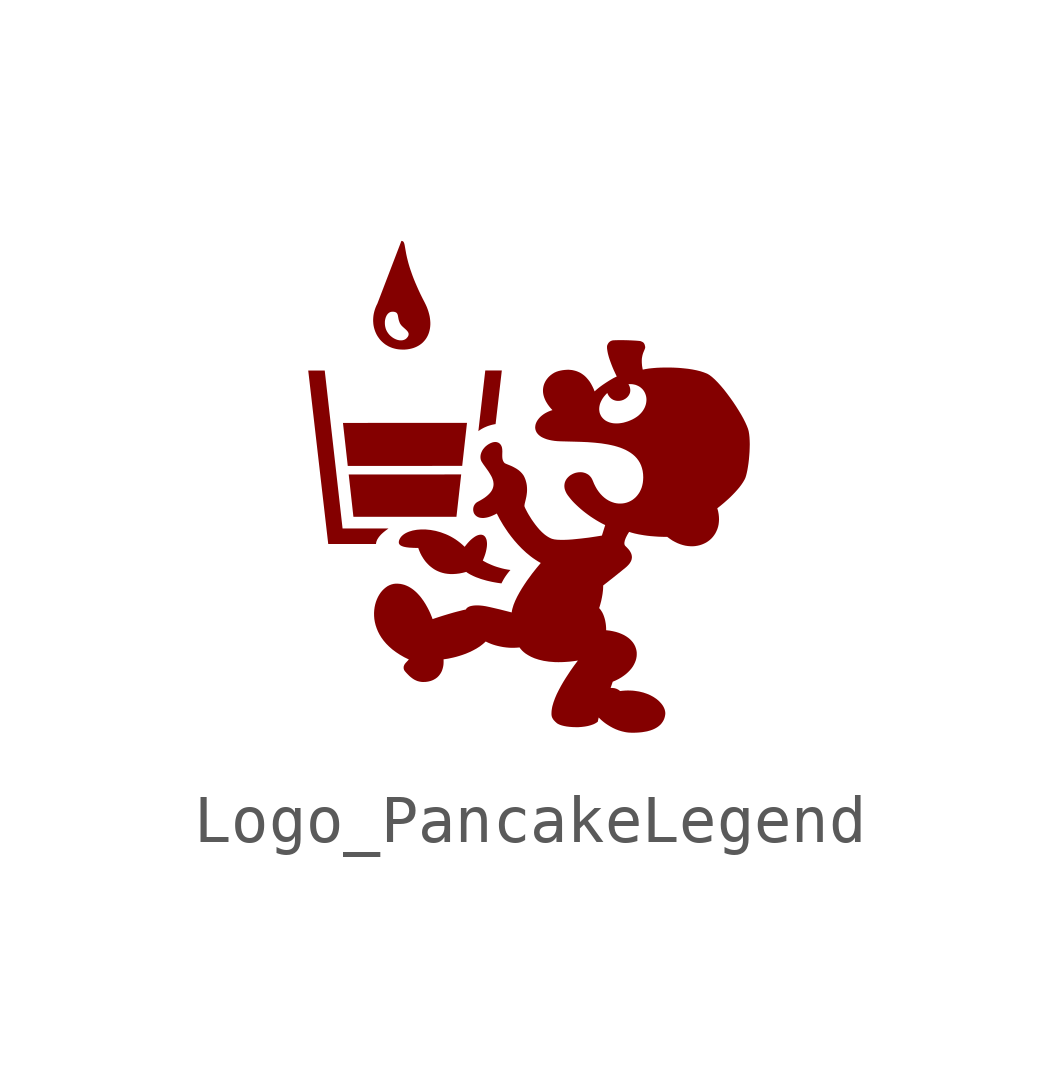
<source format=kicad_sym>
(kicad_symbol_lib
  (version 20241209)
  (generator "kicad_symbol_editor")
  (generator_version "9.0")
  (symbol "Logo_PancakeLegend"
    (property "Reference" "G"
      (at 0 -7.62 0)
      (effects (font (size 1.27 1.27)) (hide yes)))
    (property "Value" ""
      (at 0 0 0)
      (effects (font (size 1.27 1.27))))
    (symbol "Logo_PancakeLegend_1_0"
      (polyline (pts (xy -4.358 2.525) (xy -3.986 -0.768) (xy -3.029 -0.768) (xy -3.054 -0.786) (xy -3.079 -0.804) (xy -3.103 -0.823) (xy -3.127 -0.842) (xy -3.149 -0.861) (xy -3.17 -0.88) (xy -3.19 -0.9) (xy -3.208 -0.921) (xy -3.225 -0.941) (xy -3.24 -0.962) (xy -3.253 -0.983) (xy -3.26 -0.993) (xy -3.265 -1.004) (xy -3.27 -1.014) (xy -3.274 -1.025) (xy -3.278 -1.036) (xy -3.282 -1.047) (xy -3.284 -1.058) (xy -3.287 -1.069) (xy -3.288 -1.079) (xy -3.289 -1.091) (xy -4.285 -1.091) (xy -4.702 2.525) (xy -4.358 2.525) (xy -4.358 2.525)) (stroke (width -0.0001) (type solid)) (fill (type outline)))
      (polyline (pts (xy -2.748 5.226) (xy -2.737 5.223) (xy -2.733 5.221) (xy -2.728 5.218) (xy -2.72 5.212) (xy -2.714 5.204) (xy -2.708 5.194) (xy -2.703 5.181) (xy -2.698 5.166) (xy -2.694 5.149) (xy -2.69 5.13) (xy -2.682 5.084) (xy -2.672 5.027) (xy -2.66 4.959) (xy -2.652 4.921) (xy -2.643 4.88) (xy -2.632 4.836) (xy -2.62 4.788) (xy -2.606 4.738) (xy -2.59 4.684) (xy -2.571 4.626) (xy -2.55 4.566) (xy -2.527 4.501) (xy -2.501 4.433) (xy -2.472 4.362) (xy -2.439 4.286) (xy -2.404 4.207) (xy -2.365 4.123) (xy -2.322 4.036) (xy -2.275 3.945) (xy -2.251 3.896) (xy -2.229 3.847) (xy -2.211 3.799) (xy -2.195 3.751) (xy -2.182 3.704) (xy -2.171 3.658) (xy -2.164 3.613) (xy -2.159 3.568) (xy -2.156 3.525) (xy -2.156 3.483) (xy -2.159 3.442) (xy -2.164 3.402) (xy -2.172 3.363) (xy -2.182 3.325) (xy -2.194 3.29) (xy -2.209 3.255) (xy -2.226 3.222) (xy -2.245 3.191) (xy -2.267 3.161) (xy -2.291 3.133) (xy -2.316 3.107) (xy -2.344 3.083) (xy -2.374 3.061) (xy -2.406 3.041) (xy -2.44 3.023) (xy -2.476 3.007) (xy -2.514 2.993) (xy -2.554 2.982) (xy -2.595 2.973) (xy -2.639 2.966) (xy -2.684 2.962) (xy -2.731 2.961) (xy -2.777 2.963) (xy -2.823 2.967) (xy -2.867 2.974) (xy -2.909 2.984) (xy -2.95 2.996) (xy -2.988 3.011) (xy -3.026 3.028) (xy -3.061 3.048) (xy -3.095 3.069) (xy -3.126 3.093) (xy -3.156 3.119) (xy -3.184 3.146) (xy -3.21 3.175) (xy -3.233 3.206) (xy -3.255 3.238) (xy -3.275 3.272) (xy -3.292 3.307) (xy -3.307 3.343) (xy -3.32 3.381) (xy -3.331 3.419) (xy -3.339 3.458) (xy -3.345 3.498) (xy -3.346 3.52) (xy -3.104 3.52) (xy -3.104 3.502) (xy -3.103 3.485) (xy -3.101 3.467) (xy -3.099 3.45) (xy -3.095 3.433) (xy -3.091 3.415) (xy -3.086 3.398) (xy -3.08 3.381) (xy -3.073 3.365) (xy -3.065 3.349) (xy -3.057 3.334) (xy -3.047 3.319) (xy -3.037 3.304) (xy -3.027 3.291) (xy -3.016 3.277) (xy -3.004 3.264) (xy -2.992 3.252) (xy -2.979 3.241) (xy -2.966 3.23) (xy -2.953 3.22) (xy -2.939 3.21) (xy -2.925 3.201) (xy -2.911 3.193) (xy -2.897 3.186) (xy -2.882 3.179) (xy -2.868 3.173) (xy -2.853 3.168) (xy -2.839 3.163) (xy -2.824 3.16) (xy -2.81 3.157) (xy -2.795 3.155) (xy -2.781 3.154) (xy -2.767 3.154) (xy -2.753 3.154) (xy -2.74 3.156) (xy -2.727 3.158) (xy -2.714 3.162) (xy -2.702 3.166) (xy -2.69 3.171) (xy -2.678 3.178) (xy -2.667 3.185) (xy -2.657 3.193) (xy -2.648 3.203) (xy -2.637 3.215) (xy -2.628 3.227) (xy -2.621 3.238) (xy -2.616 3.249) (xy -2.612 3.26) (xy -2.61 3.271) (xy -2.609 3.281) (xy -2.609 3.291) (xy -2.611 3.3) (xy -2.614 3.309) (xy -2.618 3.319) (xy -2.622 3.328) (xy -2.628 3.336) (xy -2.635 3.345) (xy -2.642 3.354) (xy -2.65 3.362) (xy -2.667 3.379) (xy -2.686 3.396) (xy -2.724 3.43) (xy -2.743 3.448) (xy -2.752 3.457) (xy -2.76 3.466) (xy -2.768 3.476) (xy -2.775 3.486) (xy -2.782 3.496) (xy -2.788 3.506) (xy -2.794 3.519) (xy -2.799 3.532) (xy -2.808 3.556) (xy -2.815 3.579) (xy -2.82 3.602) (xy -2.828 3.643) (xy -2.831 3.662) (xy -2.835 3.68) (xy -2.84 3.695) (xy -2.843 3.703) (xy -2.847 3.709) (xy -2.851 3.716) (xy -2.855 3.722) (xy -2.861 3.727) (xy -2.866 3.732) (xy -2.873 3.736) (xy -2.88 3.74) (xy -2.889 3.743) (xy -2.898 3.746) (xy -2.908 3.748) (xy -2.92 3.75) (xy -2.932 3.751) (xy -2.946 3.751) (xy -2.96 3.75) (xy -2.973 3.748) (xy -2.986 3.745) (xy -2.998 3.74) (xy -3.01 3.734) (xy -3.021 3.726) (xy -3.031 3.718) (xy -3.041 3.709) (xy -3.05 3.698) (xy -3.058 3.687) (xy -3.066 3.675) (xy -3.073 3.662) (xy -3.079 3.648) (xy -3.085 3.634) (xy -3.09 3.619) (xy -3.094 3.603) (xy -3.098 3.587) (xy -3.101 3.571) (xy -3.103 3.554) (xy -3.104 3.537) (xy -3.104 3.52) (xy -3.346 3.52) (xy -3.348 3.539) (xy -3.349 3.581) (xy -3.347 3.623) (xy -3.343 3.665) (xy -3.336 3.708) (xy -3.326 3.751) (xy -3.314 3.793) (xy -3.299 3.836) (xy -3.281 3.879) (xy -3.26 3.921) (xy -2.76 5.226) (xy -2.748 5.226)) (stroke (width -0.0001) (type solid)) (fill (type outline)))
      (polyline (pts (xy -2.25 -0.789) (xy -2.15 -0.799) (xy -2.046 -0.818) (xy -1.941 -0.847) (xy -1.836 -0.886) (xy -1.784 -0.909) (xy -1.732 -0.935) (xy -1.681 -0.964) (xy -1.631 -0.995) (xy -1.582 -1.03) (xy -1.534 -1.067) (xy -1.487 -1.107) (xy -1.441 -1.15) (xy -1.409 -1.109) (xy -1.377 -1.071) (xy -1.346 -1.037) (xy -1.316 -1.007) (xy -1.286 -0.981) (xy -1.257 -0.959) (xy -1.23 -0.94) (xy -1.203 -0.924) (xy -1.177 -0.912) (xy -1.153 -0.904) (xy -1.129 -0.899) (xy -1.107 -0.897) (xy -1.087 -0.898) (xy -1.068 -0.903) (xy -1.05 -0.91) (xy -1.035 -0.921) (xy -1.02 -0.934) (xy -1.008 -0.951) (xy -0.998 -0.97) (xy -0.989 -0.991) (xy -0.982 -1.016) (xy -0.978 -1.043) (xy -0.975 -1.072) (xy -0.975 -1.104) (xy -0.977 -1.138) (xy -0.982 -1.175) (xy -0.989 -1.213) (xy -0.998 -1.254) (xy -1.01 -1.297) (xy -1.025 -1.342) (xy -1.043 -1.389) (xy -1.063 -1.437) (xy -1.019 -1.462) (xy -0.968 -1.489) (xy -0.898 -1.52) (xy -0.858 -1.537) (xy -0.814 -1.554) (xy -0.766 -1.57) (xy -0.715 -1.585) (xy -0.662 -1.6) (xy -0.606 -1.613) (xy -0.547 -1.624) (xy -0.486 -1.633) (xy -0.504 -1.653) (xy -0.523 -1.676) (xy -0.549 -1.709) (xy -0.578 -1.749) (xy -0.594 -1.772) (xy -0.61 -1.797) (xy -0.626 -1.823) (xy -0.642 -1.852) (xy -0.658 -1.882) (xy -0.674 -1.913) (xy -0.724 -1.906) (xy -0.771 -1.899) (xy -0.816 -1.891) (xy -0.86 -1.883) (xy -0.901 -1.874) (xy -0.941 -1.865) (xy -0.979 -1.856) (xy -1.015 -1.846) (xy -1.049 -1.836) (xy -1.081 -1.827) (xy -1.112 -1.817) (xy -1.141 -1.806) (xy -1.169 -1.796) (xy -1.195 -1.787) (xy -1.219 -1.777) (xy -1.242 -1.767) (xy -1.262 -1.758) (xy -1.282 -1.748) (xy -1.317 -1.731) (xy -1.345 -1.715) (xy -1.368 -1.701) (xy -1.386 -1.69) (xy -1.398 -1.681) (xy -1.407 -1.673) (xy -1.481 -1.692) (xy -1.551 -1.706) (xy -1.618 -1.714) (xy -1.681 -1.718) (xy -1.742 -1.718) (xy -1.799 -1.713) (xy -1.853 -1.705) (xy -1.903 -1.693) (xy -1.951 -1.678) (xy -1.996 -1.66) (xy -2.038 -1.64) (xy -2.078 -1.617) (xy -2.114 -1.592) (xy -2.148 -1.566) (xy -2.18 -1.539) (xy -2.209 -1.51) (xy -2.236 -1.481) (xy -2.261 -1.452) (xy -2.283 -1.422) (xy -2.303 -1.393) (xy -2.338 -1.336) (xy -2.365 -1.284) (xy -2.384 -1.239) (xy -2.398 -1.204) (xy -2.408 -1.173) (xy -2.471 -1.173) (xy -2.501 -1.172) (xy -2.529 -1.171) (xy -2.555 -1.169) (xy -2.581 -1.168) (xy -2.604 -1.166) (xy -2.627 -1.163) (xy -2.648 -1.161) (xy -2.668 -1.157) (xy -2.686 -1.154) (xy -2.703 -1.15) (xy -2.719 -1.146) (xy -2.733 -1.141) (xy -2.746 -1.136) (xy -2.758 -1.131) (xy -2.769 -1.125) (xy -2.779 -1.119) (xy -2.787 -1.113) (xy -2.794 -1.106) (xy -2.8 -1.098) (xy -2.805 -1.091) (xy -2.809 -1.082) (xy -2.812 -1.074) (xy -2.813 -1.065) (xy -2.814 -1.055) (xy -2.813 -1.046) (xy -2.812 -1.035) (xy -2.81 -1.024) (xy -2.806 -1.013) (xy -2.802 -1.002) (xy -2.797 -0.99) (xy -2.783 -0.965) (xy -2.766 -0.941) (xy -2.745 -0.919) (xy -2.722 -0.899) (xy -2.695 -0.88) (xy -2.665 -0.862) (xy -2.633 -0.847) (xy -2.599 -0.833) (xy -2.522 -0.81) (xy -2.438 -0.795) (xy -2.347 -0.788) (xy -2.25 -0.789)) (stroke (width -0.0001) (type solid)) (fill (type outline)))
      (polyline (pts (xy -1.612 -0.525) (xy -3.76 -0.525) (xy -3.858 0.358) (xy -1.513 0.359) (xy -1.612 -0.525)) (stroke (width -0.0001) (type solid)) (fill (type outline)))
      (polyline (pts (xy -1.492 0.537) (xy -3.878 0.536) (xy -3.978 1.433) (xy -1.392 1.434) (xy -1.492 0.537)) (stroke (width -0.0001) (type solid)) (fill (type outline)))
      (polyline (pts (xy -0.796 1.408) (xy -0.818 1.405) (xy -0.842 1.4) (xy -0.865 1.395) (xy -0.888 1.389) (xy -0.912 1.382) (xy -0.935 1.375) (xy -0.959 1.367) (xy -0.982 1.358) (xy -1.005 1.348) (xy -1.028 1.338) (xy -1.05 1.327) (xy -1.073 1.315) (xy -1.094 1.303) (xy -1.115 1.29) (xy -1.135 1.276) (xy -1.155 1.261) (xy -1.011 2.526) (xy -0.666 2.526) (xy -0.796 1.408)) (stroke (width -0.0001) (type solid)) (fill (type outline)))
      (polyline (pts (xy 1.938 3.157) (xy 2.04 3.153) (xy 2.131 3.148) (xy 2.199 3.142) (xy 2.221 3.139) (xy 2.235 3.135) (xy 2.249 3.128) (xy 2.256 3.125) (xy 2.263 3.122) (xy 2.27 3.118) (xy 2.276 3.114) (xy 2.279 3.112) (xy 2.282 3.11) (xy 2.285 3.107) (xy 2.288 3.104) (xy 2.29 3.102) (xy 2.293 3.098) (xy 2.296 3.095) (xy 2.298 3.091) (xy 2.301 3.087) (xy 2.303 3.083) (xy 2.305 3.079) (xy 2.308 3.074) (xy 2.31 3.069) (xy 2.312 3.063) (xy 2.314 3.057) (xy 2.316 3.051) (xy 2.317 3.044) (xy 2.319 3.037) (xy 2.321 3.029) (xy 2.322 3.021) (xy 2.323 3.014) (xy 2.323 3.007) (xy 2.322 3) (xy 2.321 2.993) (xy 2.319 2.986) (xy 2.316 2.978) (xy 2.31 2.962) (xy 2.294 2.924) (xy 2.285 2.902) (xy 2.28 2.89) (xy 2.276 2.877) (xy 2.272 2.864) (xy 2.268 2.85) (xy 2.264 2.834) (xy 2.261 2.818) (xy 2.258 2.802) (xy 2.255 2.784) (xy 2.253 2.765) (xy 2.252 2.745) (xy 2.252 2.724) (xy 2.252 2.702) (xy 2.253 2.679) (xy 2.255 2.655) (xy 2.257 2.629) (xy 2.261 2.602) (xy 2.266 2.574) (xy 2.272 2.544) (xy 2.333 2.556) (xy 2.402 2.567) (xy 2.479 2.575) (xy 2.562 2.582) (xy 2.65 2.586) (xy 2.742 2.588) (xy 2.836 2.588) (xy 2.932 2.585) (xy 3.028 2.58) (xy 3.124 2.571) (xy 3.217 2.561) (xy 3.307 2.547) (xy 3.393 2.53) (xy 3.473 2.51) (xy 3.547 2.486) (xy 3.613 2.46) (xy 3.637 2.447) (xy 3.663 2.431) (xy 3.69 2.411) (xy 3.718 2.389) (xy 3.776 2.337) (xy 3.838 2.274) (xy 3.902 2.203) (xy 3.967 2.126) (xy 4.031 2.043) (xy 4.095 1.957) (xy 4.158 1.868) (xy 4.217 1.779) (xy 4.273 1.69) (xy 4.325 1.604) (xy 4.371 1.521) (xy 4.41 1.443) (xy 4.442 1.372) (xy 4.466 1.31) (xy 4.48 1.26) (xy 4.49 1.201) (xy 4.497 1.136) (xy 4.501 1.065) (xy 4.503 0.989) (xy 4.501 0.91) (xy 4.498 0.83) (xy 4.492 0.749) (xy 4.485 0.669) (xy 4.476 0.592) (xy 4.465 0.518) (xy 4.453 0.449) (xy 4.44 0.387) (xy 4.426 0.332) (xy 4.411 0.286) (xy 4.395 0.252) (xy 4.363 0.197) (xy 4.326 0.142) (xy 4.285 0.088) (xy 4.24 0.035) (xy 4.194 -0.016) (xy 4.146 -0.066) (xy 4.099 -0.113) (xy 4.052 -0.157) (xy 3.965 -0.234) (xy 3.893 -0.294) (xy 3.826 -0.347) (xy 3.843 -0.408) (xy 3.854 -0.467) (xy 3.86 -0.524) (xy 3.862 -0.58) (xy 3.859 -0.633) (xy 3.853 -0.684) (xy 3.842 -0.734) (xy 3.827 -0.781) (xy 3.808 -0.825) (xy 3.787 -0.867) (xy 3.761 -0.907) (xy 3.733 -0.944) (xy 3.702 -0.978) (xy 3.668 -1.009) (xy 3.631 -1.037) (xy 3.592 -1.062) (xy 3.55 -1.083) (xy 3.507 -1.101) (xy 3.462 -1.116) (xy 3.415 -1.127) (xy 3.366 -1.135) (xy 3.316 -1.139) (xy 3.265 -1.138) (xy 3.213 -1.134) (xy 3.16 -1.126) (xy 3.107 -1.113) (xy 3.053 -1.096) (xy 2.999 -1.075) (xy 2.945 -1.049) (xy 2.89 -1.019) (xy 2.837 -0.983) (xy 2.783 -0.943) (xy 2.688 -0.942) (xy 2.599 -0.939) (xy 2.515 -0.933) (xy 2.438 -0.927) (xy 2.366 -0.919) (xy 2.301 -0.91) (xy 2.189 -0.891) (xy 2.102 -0.872) (xy 2.039 -0.855) (xy 1.989 -0.839) (xy 1.982 -0.848) (xy 1.966 -0.874) (xy 1.955 -0.892) (xy 1.944 -0.912) (xy 1.933 -0.934) (xy 1.921 -0.958) (xy 1.911 -0.982) (xy 1.902 -1.007) (xy 1.898 -1.019) (xy 1.895 -1.032) (xy 1.893 -1.044) (xy 1.891 -1.055) (xy 1.889 -1.067) (xy 1.889 -1.078) (xy 1.89 -1.088) (xy 1.891 -1.098) (xy 1.894 -1.108) (xy 1.898 -1.117) (xy 1.903 -1.125) (xy 1.909 -1.132) (xy 1.941 -1.164) (xy 1.959 -1.183) (xy 1.977 -1.203) (xy 1.995 -1.226) (xy 2.003 -1.238) (xy 2.011 -1.251) (xy 2.018 -1.264) (xy 2.025 -1.277) (xy 2.031 -1.291) (xy 2.036 -1.305) (xy 2.04 -1.32) (xy 2.043 -1.335) (xy 2.045 -1.35) (xy 2.046 -1.366) (xy 2.045 -1.382) (xy 2.042 -1.399) (xy 2.039 -1.416) (xy 2.033 -1.433) (xy 2.026 -1.451) (xy 2.016 -1.468) (xy 2.005 -1.487) (xy 1.992 -1.505) (xy 1.976 -1.524) (xy 1.958 -1.543) (xy 1.938 -1.563) (xy 1.915 -1.583) (xy 1.757 -1.711) (xy 1.605 -1.832) (xy 1.447 -1.956) (xy 1.446 -2.001) (xy 1.444 -2.045) (xy 1.439 -2.089) (xy 1.434 -2.131) (xy 1.427 -2.172) (xy 1.42 -2.211) (xy 1.405 -2.282) (xy 1.389 -2.342) (xy 1.376 -2.388) (xy 1.363 -2.428) (xy 1.377 -2.443) (xy 1.39 -2.459) (xy 1.402 -2.476) (xy 1.413 -2.493) (xy 1.424 -2.51) (xy 1.434 -2.529) (xy 1.451 -2.566) (xy 1.465 -2.604) (xy 1.477 -2.642) (xy 1.487 -2.68) (xy 1.494 -2.717) (xy 1.5 -2.752) (xy 1.504 -2.784) (xy 1.508 -2.839) (xy 1.509 -2.889) (xy 1.582 -2.897) (xy 1.651 -2.91) (xy 1.715 -2.925) (xy 1.775 -2.944) (xy 1.83 -2.966) (xy 1.881 -2.99) (xy 1.927 -3.017) (xy 1.97 -3.047) (xy 2.007 -3.078) (xy 2.04 -3.112) (xy 2.069 -3.147) (xy 2.093 -3.184) (xy 2.113 -3.223) (xy 2.128 -3.263) (xy 2.139 -3.303) (xy 2.146 -3.345) (xy 2.147 -3.387) (xy 2.145 -3.43) (xy 2.138 -3.473) (xy 2.127 -3.516) (xy 2.111 -3.558) (xy 2.091 -3.601) (xy 2.067 -3.643) (xy 2.038 -3.684) (xy 2.004 -3.724) (xy 1.966 -3.763) (xy 1.924 -3.801) (xy 1.877 -3.837) (xy 1.826 -3.872) (xy 1.77 -3.905) (xy 1.71 -3.935) (xy 1.646 -3.963) (xy 1.602 -4.093) (xy 1.613 -4.092) (xy 1.624 -4.092) (xy 1.635 -4.092) (xy 1.646 -4.093) (xy 1.666 -4.095) (xy 1.685 -4.098) (xy 1.703 -4.103) (xy 1.719 -4.108) (xy 1.734 -4.114) (xy 1.747 -4.121) (xy 1.759 -4.127) (xy 1.77 -4.134) (xy 1.779 -4.14) (xy 1.786 -4.146) (xy 1.796 -4.154) (xy 1.8 -4.157) (xy 1.854 -4.151) (xy 1.906 -4.147) (xy 1.958 -4.145) (xy 2.008 -4.146) (xy 2.057 -4.148) (xy 2.105 -4.153) (xy 2.197 -4.167) (xy 2.283 -4.188) (xy 2.362 -4.215) (xy 2.436 -4.247) (xy 2.502 -4.284) (xy 2.561 -4.324) (xy 2.612 -4.368) (xy 2.656 -4.415) (xy 2.691 -4.462) (xy 2.705 -4.487) (xy 2.717 -4.511) (xy 2.727 -4.536) (xy 2.734 -4.561) (xy 2.739 -4.585) (xy 2.742 -4.61) (xy 2.742 -4.634) (xy 2.739 -4.657) (xy 2.735 -4.681) (xy 2.729 -4.705) (xy 2.722 -4.727) (xy 2.714 -4.748) (xy 2.704 -4.769) (xy 2.693 -4.789) (xy 2.681 -4.807) (xy 2.668 -4.825) (xy 2.654 -4.843) (xy 2.639 -4.859) (xy 2.622 -4.874) (xy 2.604 -4.889) (xy 2.586 -4.903) (xy 2.566 -4.916) (xy 2.546 -4.928) (xy 2.524 -4.94) (xy 2.501 -4.951) (xy 2.478 -4.961) (xy 2.453 -4.97) (xy 2.428 -4.979) (xy 2.401 -4.986) (xy 2.374 -4.994) (xy 2.346 -5) (xy 2.317 -5.005) (xy 2.287 -5.01) (xy 2.257 -5.015) (xy 2.225 -5.018) (xy 2.193 -5.021) (xy 2.127 -5.025) (xy 2.058 -5.026) (xy 2.019 -5.025) (xy 1.981 -5.023) (xy 1.944 -5.019) (xy 1.907 -5.013) (xy 1.871 -5.005) (xy 1.837 -4.997) (xy 1.77 -4.977) (xy 1.708 -4.953) (xy 1.65 -4.926) (xy 1.597 -4.897) (xy 1.548 -4.867) (xy 1.504 -4.838) (xy 1.465 -4.809) (xy 1.432 -4.782) (xy 1.404 -4.758) (xy 1.353 -4.708) (xy 1.334 -4.797) (xy 1.313 -4.812) (xy 1.291 -4.826) (xy 1.267 -4.839) (xy 1.241 -4.851) (xy 1.186 -4.87) (xy 1.127 -4.886) (xy 1.065 -4.897) (xy 1 -4.905) (xy 0.935 -4.91) (xy 0.87 -4.91) (xy 0.807 -4.908) (xy 0.745 -4.903) (xy 0.687 -4.896) (xy 0.633 -4.886) (xy 0.585 -4.874) (xy 0.543 -4.86) (xy 0.509 -4.844) (xy 0.495 -4.836) (xy 0.483 -4.828) (xy 0.464 -4.811) (xy 0.446 -4.795) (xy 0.431 -4.779) (xy 0.424 -4.771) (xy 0.417 -4.764) (xy 0.411 -4.756) (xy 0.406 -4.749) (xy 0.401 -4.741) (xy 0.396 -4.734) (xy 0.392 -4.726) (xy 0.388 -4.719) (xy 0.384 -4.711) (xy 0.381 -4.704) (xy 0.378 -4.696) (xy 0.376 -4.688) (xy 0.374 -4.68) (xy 0.372 -4.671) (xy 0.371 -4.663) (xy 0.37 -4.654) (xy 0.369 -4.645) (xy 0.369 -4.636) (xy 0.369 -4.617) (xy 0.37 -4.596) (xy 0.371 -4.574) (xy 0.374 -4.55) (xy 0.38 -4.511) (xy 0.388 -4.472) (xy 0.412 -4.39) (xy 0.443 -4.305) (xy 0.48 -4.219) (xy 0.523 -4.133) (xy 0.569 -4.047) (xy 0.617 -3.964) (xy 0.666 -3.885) (xy 0.761 -3.74) (xy 0.842 -3.625) (xy 0.92 -3.521) (xy 0.831 -3.534) (xy 0.745 -3.544) (xy 0.664 -3.55) (xy 0.587 -3.554) (xy 0.514 -3.555) (xy 0.444 -3.554) (xy 0.317 -3.544) (xy 0.204 -3.527) (xy 0.105 -3.503) (xy 0.018 -3.475) (xy -0.056 -3.443) (xy -0.118 -3.409) (xy -0.17 -3.376) (xy -0.212 -3.343) (xy -0.244 -3.313) (xy -0.284 -3.266) (xy -0.296 -3.248) (xy -0.371 -3.254) (xy -0.442 -3.256) (xy -0.511 -3.254) (xy -0.576 -3.248) (xy -0.638 -3.24) (xy -0.696 -3.229) (xy -0.75 -3.217) (xy -0.8 -3.204) (xy -0.845 -3.19) (xy -0.885 -3.176) (xy -0.948 -3.15) (xy -1.002 -3.124) (xy -1.032 -3.152) (xy -1.063 -3.179) (xy -1.128 -3.229) (xy -1.198 -3.273) (xy -1.27 -3.312) (xy -1.343 -3.347) (xy -1.416 -3.378) (xy -1.488 -3.404) (xy -1.557 -3.426) (xy -1.623 -3.445) (xy -1.684 -3.46) (xy -1.787 -3.482) (xy -1.881 -3.496) (xy -1.88 -3.526) (xy -1.88 -3.555) (xy -1.881 -3.583) (xy -1.883 -3.609) (xy -1.887 -3.635) (xy -1.892 -3.66) (xy -1.898 -3.684) (xy -1.905 -3.706) (xy -1.912 -3.728) (xy -1.921 -3.749) (xy -1.931 -3.769) (xy -1.942 -3.788) (xy -1.954 -3.805) (xy -1.966 -3.822) (xy -1.979 -3.838) (xy -1.993 -3.853) (xy -2.008 -3.868) (xy -2.024 -3.881) (xy -2.04 -3.893) (xy -2.057 -3.904) (xy -2.075 -3.914) (xy -2.093 -3.924) (xy -2.111 -3.932) (xy -2.131 -3.94) (xy -2.151 -3.947) (xy -2.171 -3.952) (xy -2.191 -3.957) (xy -2.212 -3.961) (xy -2.255 -3.967) (xy -2.3 -3.968) (xy -2.318 -3.968) (xy -2.335 -3.967) (xy -2.353 -3.965) (xy -2.369 -3.962) (xy -2.386 -3.959) (xy -2.401 -3.955) (xy -2.417 -3.951) (xy -2.432 -3.946) (xy -2.46 -3.934) (xy -2.487 -3.921) (xy -2.512 -3.906) (xy -2.535 -3.89) (xy -2.557 -3.873) (xy -2.578 -3.856) (xy -2.597 -3.839) (xy -2.615 -3.821) (xy -2.648 -3.787) (xy -2.676 -3.756) (xy -2.683 -3.748) (xy -2.69 -3.739) (xy -2.696 -3.73) (xy -2.701 -3.721) (xy -2.705 -3.713) (xy -2.708 -3.704) (xy -2.71 -3.696) (xy -2.712 -3.687) (xy -2.713 -3.679) (xy -2.713 -3.671) (xy -2.713 -3.663) (xy -2.713 -3.656) (xy -2.712 -3.648) (xy -2.71 -3.641) (xy -2.706 -3.628) (xy -2.701 -3.615) (xy -2.695 -3.604) (xy -2.689 -3.594) (xy -2.683 -3.586) (xy -2.674 -3.574) (xy -2.67 -3.57) (xy -2.604 -3.499) (xy -2.702 -3.451) (xy -2.792 -3.399) (xy -2.874 -3.345) (xy -2.949 -3.289) (xy -3.016 -3.23) (xy -3.076 -3.17) (xy -3.129 -3.108) (xy -3.175 -3.045) (xy -3.215 -2.98) (xy -3.248 -2.916) (xy -3.275 -2.85) (xy -3.297 -2.785) (xy -3.313 -2.72) (xy -3.324 -2.655) (xy -3.329 -2.592) (xy -3.33 -2.529) (xy -3.326 -2.468) (xy -3.318 -2.408) (xy -3.306 -2.351) (xy -3.29 -2.296) (xy -3.27 -2.243) (xy -3.247 -2.193) (xy -3.22 -2.146) (xy -3.191 -2.103) (xy -3.159 -2.064) (xy -3.124 -2.029) (xy -3.087 -1.998) (xy -3.049 -1.971) (xy -3.008 -1.95) (xy -2.966 -1.934) (xy -2.922 -1.923) (xy -2.878 -1.918) (xy -2.829 -1.919) (xy -2.783 -1.923) (xy -2.738 -1.932) (xy -2.694 -1.944) (xy -2.653 -1.96) (xy -2.612 -1.979) (xy -2.574 -2.001) (xy -2.537 -2.025) (xy -2.501 -2.052) (xy -2.467 -2.081) (xy -2.435 -2.111) (xy -2.405 -2.143) (xy -2.375 -2.176) (xy -2.348 -2.21) (xy -2.297 -2.28) (xy -2.253 -2.35) (xy -2.215 -2.418) (xy -2.182 -2.482) (xy -2.156 -2.539) (xy -2.121 -2.624) (xy -2.11 -2.657) (xy -2.051 -2.637) (xy -1.984 -2.615) (xy -1.896 -2.587) (xy -1.791 -2.555) (xy -1.674 -2.521) (xy -1.611 -2.504) (xy -1.547 -2.488) (xy -1.481 -2.471) (xy -1.414 -2.456) (xy -1.412 -2.451) (xy -1.409 -2.445) (xy -1.407 -2.442) (xy -1.405 -2.438) (xy -1.402 -2.434) (xy -1.398 -2.43) (xy -1.394 -2.426) (xy -1.389 -2.421) (xy -1.383 -2.417) (xy -1.376 -2.412) (xy -1.369 -2.408) (xy -1.36 -2.403) (xy -1.351 -2.398) (xy -1.341 -2.394) (xy -1.329 -2.39) (xy -1.317 -2.386) (xy -1.303 -2.383) (xy -1.288 -2.38) (xy -1.272 -2.377) (xy -1.255 -2.375) (xy -1.237 -2.373) (xy -1.217 -2.372) (xy -1.195 -2.371) (xy -1.172 -2.371) (xy -1.148 -2.372) (xy -1.122 -2.373) (xy -1.094 -2.376) (xy -1.065 -2.379) (xy -1 -2.389) (xy -0.914 -2.407) (xy -0.712 -2.454) (xy -0.46 -2.518) (xy -0.455 -2.48) (xy -0.446 -2.441) (xy -0.421 -2.359) (xy -0.387 -2.275) (xy -0.346 -2.189) (xy -0.299 -2.103) (xy -0.248 -2.017) (xy -0.194 -1.933) (xy -0.14 -1.853) (xy -0.034 -1.708) (xy 0.058 -1.592) (xy 0.146 -1.487) (xy 0.091 -1.456) (xy 0.038 -1.422) (xy -0.014 -1.387) (xy -0.064 -1.35) (xy -0.159 -1.272) (xy -0.247 -1.19) (xy -0.329 -1.105) (xy -0.405 -1.019) (xy -0.473 -0.934) (xy -0.535 -0.851) (xy -0.589 -0.771) (xy -0.637 -0.698) (xy -0.711 -0.572) (xy -0.771 -0.456) (xy -0.817 -0.48) (xy -0.861 -0.5) (xy -0.902 -0.517) (xy -0.941 -0.53) (xy -0.977 -0.539) (xy -1.011 -0.545) (xy -1.043 -0.549) (xy -1.073 -0.549) (xy -1.1 -0.547) (xy -1.125 -0.543) (xy -1.148 -0.536) (xy -1.169 -0.527) (xy -1.188 -0.516) (xy -1.204 -0.504) (xy -1.219 -0.49) (xy -1.231 -0.475) (xy -1.242 -0.459) (xy -1.25 -0.442) (xy -1.256 -0.424) (xy -1.26 -0.405) (xy -1.263 -0.387) (xy -1.263 -0.368) (xy -1.262 -0.349) (xy -1.259 -0.33) (xy -1.254 -0.312) (xy -1.247 -0.294) (xy -1.238 -0.277) (xy -1.227 -0.261) (xy -1.215 -0.246) (xy -1.201 -0.233) (xy -1.185 -0.221) (xy -1.168 -0.211) (xy -1.116 -0.183) (xy -1.069 -0.155) (xy -1.027 -0.128) (xy -0.99 -0.1) (xy -0.957 -0.072) (xy -0.929 -0.045) (xy -0.905 -0.018) (xy -0.885 0.009) (xy -0.869 0.036) (xy -0.857 0.063) (xy -0.848 0.09) (xy -0.842 0.116) (xy -0.839 0.143) (xy -0.839 0.169) (xy -0.842 0.195) (xy -0.846 0.221) (xy -0.854 0.247) (xy -0.863 0.273) (xy -0.873 0.298) (xy -0.886 0.324) (xy -0.915 0.374) (xy -0.947 0.425) (xy -1.017 0.523) (xy -1.052 0.571) (xy -1.083 0.619) (xy -1.089 0.629) (xy -1.094 0.639) (xy -1.098 0.649) (xy -1.102 0.659) (xy -1.105 0.669) (xy -1.108 0.68) (xy -1.109 0.691) (xy -1.111 0.702) (xy -1.111 0.713) (xy -1.112 0.724) (xy -1.111 0.736) (xy -1.11 0.747) (xy -1.109 0.759) (xy -1.107 0.77) (xy -1.104 0.781) (xy -1.101 0.793) (xy -1.097 0.804) (xy -1.093 0.816) (xy -1.083 0.838) (xy -1.072 0.86) (xy -1.058 0.882) (xy -1.042 0.902) (xy -1.025 0.922) (xy -1.016 0.932) (xy -1.006 0.941) (xy -0.996 0.95) (xy -0.986 0.958) (xy -0.972 0.969) (xy -0.958 0.979) (xy -0.944 0.988) (xy -0.93 0.996) (xy -0.917 1.003) (xy -0.904 1.01) (xy -0.891 1.015) (xy -0.879 1.02) (xy -0.866 1.025) (xy -0.854 1.028) (xy -0.842 1.031) (xy -0.831 1.033) (xy -0.82 1.034) (xy -0.808 1.035) (xy -0.798 1.035) (xy -0.787 1.034) (xy -0.777 1.033) (xy -0.768 1.031) (xy -0.758 1.028) (xy -0.749 1.025) (xy -0.741 1.022) (xy -0.732 1.017) (xy -0.724 1.012) (xy -0.717 1.007) (xy -0.71 1.001) (xy -0.703 0.994) (xy -0.697 0.987) (xy -0.691 0.98) (xy -0.685 0.972) (xy -0.68 0.963) (xy -0.676 0.954) (xy -0.671 0.945) (xy -0.668 0.934) (xy -0.664 0.924) (xy -0.662 0.913) (xy -0.66 0.902) (xy -0.657 0.88) (xy -0.656 0.857) (xy -0.655 0.834) (xy -0.656 0.811) (xy -0.657 0.764) (xy -0.657 0.741) (xy -0.656 0.718) (xy -0.654 0.696) (xy -0.65 0.674) (xy -0.647 0.664) (xy -0.644 0.654) (xy -0.64 0.644) (xy -0.636 0.634) (xy -0.63 0.625) (xy -0.624 0.615) (xy -0.617 0.606) (xy -0.609 0.598) (xy -0.605 0.594) (xy -0.599 0.591) (xy -0.584 0.583) (xy -0.541 0.565) (xy -0.484 0.542) (xy -0.452 0.528) (xy -0.419 0.511) (xy -0.386 0.493) (xy -0.352 0.473) (xy -0.335 0.461) (xy -0.319 0.45) (xy -0.303 0.437) (xy -0.287 0.423) (xy -0.272 0.409) (xy -0.258 0.394) (xy -0.244 0.379) (xy -0.231 0.362) (xy -0.218 0.345) (xy -0.207 0.326) (xy -0.197 0.307) (xy -0.188 0.287) (xy -0.177 0.26) (xy -0.168 0.233) (xy -0.161 0.207) (xy -0.154 0.181) (xy -0.149 0.155) (xy -0.145 0.13) (xy -0.141 0.081) (xy -0.14 0.033) (xy -0.142 -0.012) (xy -0.147 -0.055) (xy -0.153 -0.096) (xy -0.161 -0.134) (xy -0.169 -0.17) (xy -0.184 -0.231) (xy -0.19 -0.257) (xy -0.193 -0.279) (xy -0.195 -0.298) (xy -0.192 -0.312) (xy -0.185 -0.33) (xy -0.173 -0.356) (xy -0.134 -0.431) (xy -0.108 -0.477) (xy -0.077 -0.527) (xy -0.044 -0.58) (xy -0.006 -0.634) (xy 0.034 -0.689) (xy 0.078 -0.744) (xy 0.123 -0.796) (xy 0.171 -0.845) (xy 0.196 -0.867) (xy 0.221 -0.889) (xy 0.247 -0.909) (xy 0.273 -0.927) (xy 0.299 -0.944) (xy 0.326 -0.959) (xy 0.352 -0.972) (xy 0.379 -0.983) (xy 0.427 -0.995) (xy 0.486 -1.002) (xy 0.556 -1.005) (xy 0.634 -1.005) (xy 0.717 -1.002) (xy 0.804 -0.996) (xy 0.981 -0.978) (xy 1.148 -0.958) (xy 1.288 -0.937) (xy 1.42 -0.916) (xy 1.489 -0.697) (xy 1.427 -0.666) (xy 1.365 -0.632) (xy 1.305 -0.597) (xy 1.246 -0.56) (xy 1.188 -0.522) (xy 1.132 -0.482) (xy 1.078 -0.442) (xy 1.026 -0.401) (xy 0.976 -0.359) (xy 0.929 -0.317) (xy 0.884 -0.275) (xy 0.842 -0.234) (xy 0.803 -0.193) (xy 0.768 -0.152) (xy 0.736 -0.112) (xy 0.707 -0.074) (xy 0.683 -0.037) (xy 0.665 -0.0004) (xy 0.651 0.035) (xy 0.642 0.069) (xy 0.638 0.103) (xy 0.638 0.135) (xy 0.642 0.166) (xy 0.649 0.195) (xy 0.66 0.223) (xy 0.674 0.249) (xy 0.691 0.274) (xy 0.711 0.297) (xy 0.733 0.318) (xy 0.756 0.337) (xy 0.782 0.353) (xy 0.809 0.368) (xy 0.838 0.381) (xy 0.867 0.391) (xy 0.897 0.398) (xy 0.928 0.403) (xy 0.959 0.405) (xy 0.989 0.405) (xy 1.02 0.402) (xy 1.049 0.395) (xy 1.078 0.386) (xy 1.105 0.373) (xy 1.132 0.358) (xy 1.156 0.339) (xy 1.178 0.316) (xy 1.199 0.29) (xy 1.216 0.26) (xy 1.231 0.227) (xy 1.258 0.162) (xy 1.288 0.102) (xy 1.319 0.048) (xy 1.354 -0.002) (xy 1.39 -0.047) (xy 1.429 -0.088) (xy 1.468 -0.123) (xy 1.509 -0.154) (xy 1.552 -0.181) (xy 1.595 -0.203) (xy 1.638 -0.22) (xy 1.682 -0.234) (xy 1.727 -0.243) (xy 1.771 -0.248) (xy 1.815 -0.248) (xy 1.858 -0.245) (xy 1.9 -0.238) (xy 1.942 -0.227) (xy 1.982 -0.212) (xy 2.021 -0.193) (xy 2.058 -0.171) (xy 2.092 -0.145) (xy 2.125 -0.116) (xy 2.155 -0.083) (xy 2.183 -0.046) (xy 2.208 -0.007) (xy 2.229 0.036) (xy 2.248 0.082) (xy 2.262 0.131) (xy 2.273 0.183) (xy 2.279 0.238) (xy 2.282 0.296) (xy 2.279 0.366) (xy 2.27 0.432) (xy 2.255 0.493) (xy 2.236 0.549) (xy 2.211 0.602) (xy 2.181 0.651) (xy 2.147 0.696) (xy 2.109 0.737) (xy 2.066 0.775) (xy 2.02 0.809) (xy 1.97 0.84) (xy 1.917 0.869) (xy 1.861 0.894) (xy 1.803 0.917) (xy 1.741 0.937) (xy 1.678 0.955) (xy 1.613 0.97) (xy 1.545 0.984) (xy 1.407 1.006) (xy 1.265 1.021) (xy 1.121 1.032) (xy 0.977 1.038) (xy 0.835 1.042) (xy 0.568 1.049) (xy 0.499 1.052) (xy 0.435 1.058) (xy 0.376 1.067) (xy 0.323 1.078) (xy 0.274 1.091) (xy 0.23 1.107) (xy 0.191 1.124) (xy 0.156 1.142) (xy 0.126 1.163) (xy 0.1 1.185) (xy 0.079 1.208) (xy 0.061 1.232) (xy 0.048 1.257) (xy 0.038 1.283) (xy 0.032 1.309) (xy 0.029 1.336) (xy 0.031 1.363) (xy 0.035 1.391) (xy 0.043 1.418) (xy 0.054 1.445) (xy 0.068 1.472) (xy 0.085 1.498) (xy 0.105 1.524) (xy 0.127 1.549) (xy 0.152 1.573) (xy 0.179 1.595) (xy 0.209 1.617) (xy 0.241 1.637) (xy 0.275 1.655) (xy 0.311 1.672) (xy 0.349 1.687) (xy 0.389 1.7) (xy 0.376 1.714) (xy 1.364 1.714) (xy 1.367 1.683) (xy 1.372 1.652) (xy 1.381 1.624) (xy 1.393 1.596) (xy 1.407 1.57) (xy 1.425 1.546) (xy 1.445 1.524) (xy 1.468 1.503) (xy 1.493 1.484) (xy 1.521 1.468) (xy 1.551 1.454) (xy 1.583 1.442) (xy 1.618 1.433) (xy 1.655 1.426) (xy 1.693 1.423) (xy 1.734 1.422) (xy 1.776 1.424) (xy 1.821 1.43) (xy 1.867 1.438) (xy 1.914 1.451) (xy 1.963 1.466) (xy 2.013 1.486) (xy 2.059 1.507) (xy 2.101 1.53) (xy 2.139 1.554) (xy 2.175 1.58) (xy 2.206 1.608) (xy 2.235 1.637) (xy 2.26 1.667) (xy 2.281 1.697) (xy 2.3 1.729) (xy 2.316 1.761) (xy 2.328 1.793) (xy 2.338 1.826) (xy 2.344 1.858) (xy 2.348 1.891) (xy 2.349 1.923) (xy 2.347 1.954) (xy 2.342 1.985) (xy 2.334 2.015) (xy 2.324 2.043) (xy 2.311 2.071) (xy 2.296 2.097) (xy 2.278 2.122) (xy 2.258 2.144) (xy 2.235 2.165) (xy 2.21 2.184) (xy 2.183 2.2) (xy 2.153 2.214) (xy 2.122 2.226) (xy 2.088 2.234) (xy 2.052 2.24) (xy 2.014 2.242) (xy 1.974 2.241) (xy 1.988 2.214) (xy 2 2.187) (xy 2.007 2.16) (xy 2.011 2.135) (xy 2.012 2.11) (xy 2.01 2.086) (xy 2.006 2.063) (xy 1.998 2.041) (xy 1.988 2.021) (xy 1.976 2.001) (xy 1.962 1.983) (xy 1.946 1.966) (xy 1.929 1.951) (xy 1.91 1.937) (xy 1.889 1.925) (xy 1.868 1.914) (xy 1.846 1.906) (xy 1.823 1.899) (xy 1.799 1.895) (xy 1.775 1.892) (xy 1.751 1.892) (xy 1.727 1.894) (xy 1.704 1.898) (xy 1.68 1.905) (xy 1.657 1.914) (xy 1.636 1.926) (xy 1.615 1.94) (xy 1.595 1.958) (xy 1.577 1.978) (xy 1.56 2.001) (xy 1.545 2.028) (xy 1.532 2.057) (xy 1.498 2.022) (xy 1.468 1.987) (xy 1.442 1.952) (xy 1.42 1.916) (xy 1.402 1.881) (xy 1.387 1.847) (xy 1.376 1.812) (xy 1.369 1.779) (xy 1.365 1.746) (xy 1.364 1.714) (xy 0.376 1.714) (xy 0.353 1.739) (xy 0.322 1.777) (xy 0.294 1.815) (xy 0.27 1.853) (xy 0.249 1.889) (xy 0.232 1.926) (xy 0.218 1.961) (xy 0.207 1.996) (xy 0.199 2.03) (xy 0.194 2.063) (xy 0.192 2.095) (xy 0.192 2.127) (xy 0.195 2.157) (xy 0.2 2.187) (xy 0.207 2.215) (xy 0.216 2.243) (xy 0.227 2.269) (xy 0.24 2.295) (xy 0.254 2.319) (xy 0.27 2.342) (xy 0.287 2.364) (xy 0.305 2.385) (xy 0.324 2.404) (xy 0.344 2.422) (xy 0.386 2.454) (xy 0.43 2.481) (xy 0.475 2.501) (xy 0.519 2.515) (xy 0.558 2.524) (xy 0.595 2.531) (xy 0.632 2.536) (xy 0.667 2.539) (xy 0.701 2.541) (xy 0.734 2.541) (xy 0.766 2.538) (xy 0.797 2.535) (xy 0.827 2.529) (xy 0.856 2.522) (xy 0.884 2.514) (xy 0.911 2.504) (xy 0.937 2.493) (xy 0.963 2.481) (xy 0.987 2.467) (xy 1.01 2.452) (xy 1.032 2.436) (xy 1.054 2.419) (xy 1.075 2.4) (xy 1.094 2.381) (xy 1.131 2.339) (xy 1.165 2.295) (xy 1.195 2.247) (xy 1.222 2.196) (xy 1.247 2.144) (xy 1.268 2.09) (xy 1.291 2.111) (xy 1.316 2.133) (xy 1.344 2.156) (xy 1.374 2.18) (xy 1.405 2.203) (xy 1.438 2.227) (xy 1.505 2.272) (xy 1.571 2.314) (xy 1.633 2.351) (xy 1.661 2.367) (xy 1.687 2.38) (xy 1.71 2.391) (xy 1.73 2.4) (xy 1.698 2.468) (xy 1.668 2.532) (xy 1.642 2.593) (xy 1.619 2.651) (xy 1.599 2.705) (xy 1.581 2.755) (xy 1.566 2.802) (xy 1.554 2.845) (xy 1.544 2.885) (xy 1.537 2.921) (xy 1.532 2.953) (xy 1.528 2.981) (xy 1.527 3.005) (xy 1.527 3.026) (xy 1.529 3.042) (xy 1.533 3.054) (xy 1.537 3.064) (xy 1.542 3.074) (xy 1.546 3.082) (xy 1.551 3.09) (xy 1.556 3.098) (xy 1.561 3.105) (xy 1.567 3.111) (xy 1.573 3.117) (xy 1.579 3.123) (xy 1.586 3.128) (xy 1.593 3.133) (xy 1.6 3.137) (xy 1.608 3.141) (xy 1.617 3.145) (xy 1.625 3.148) (xy 1.635 3.151) (xy 1.649 3.154) (xy 1.673 3.156) (xy 1.744 3.158) (xy 1.836 3.159) (xy 1.938 3.157)) (stroke (width -0.0001) (type solid)) (fill (type outline))))))
</source>
